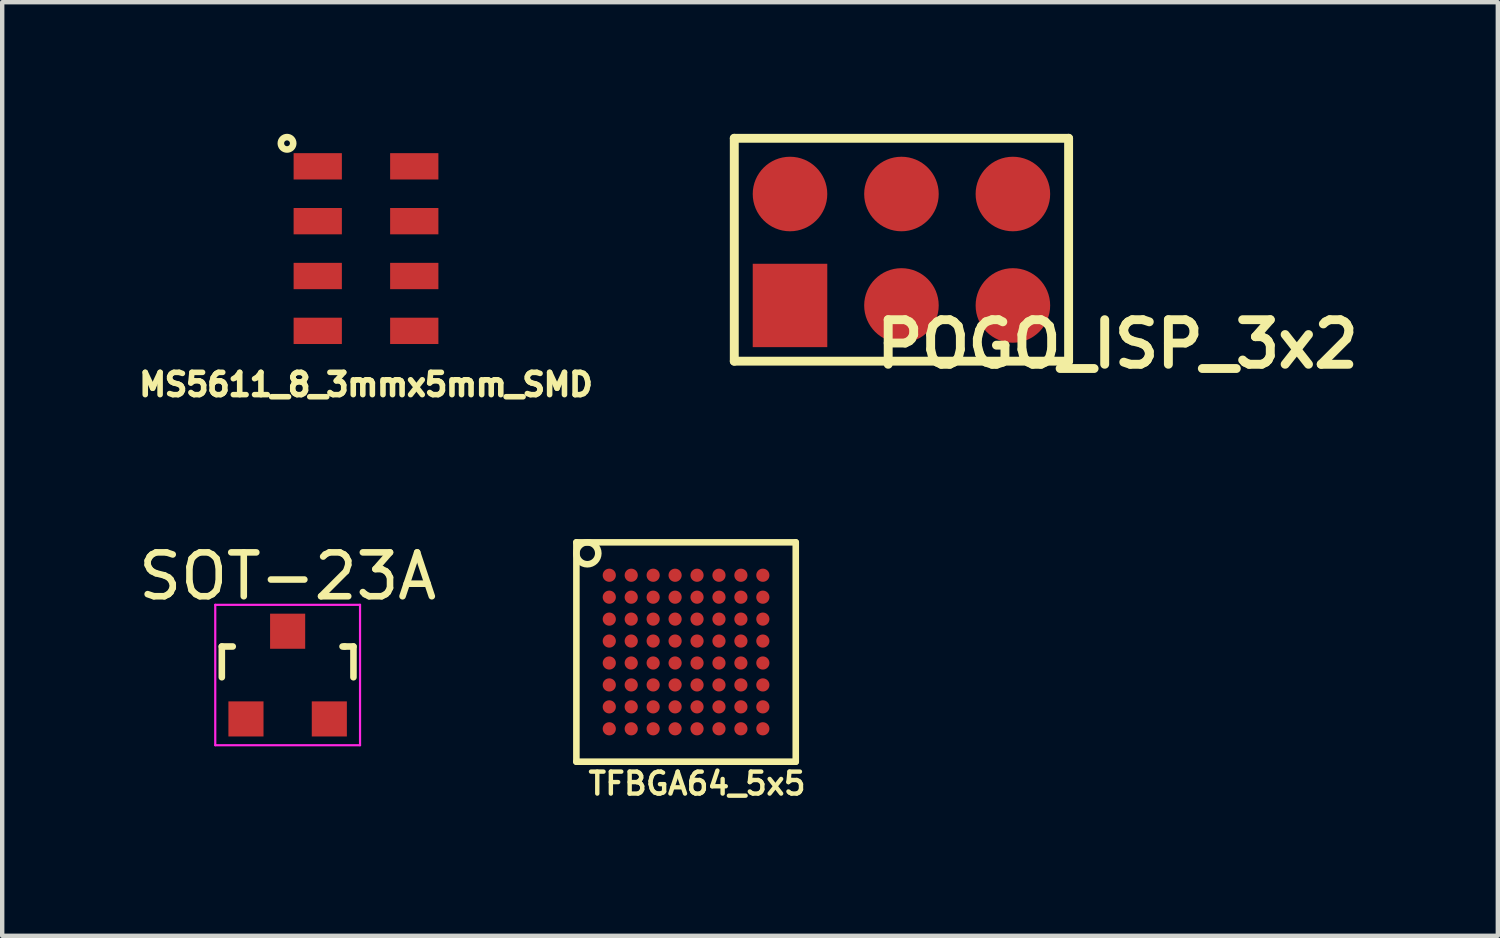
<source format=kicad_pcb>
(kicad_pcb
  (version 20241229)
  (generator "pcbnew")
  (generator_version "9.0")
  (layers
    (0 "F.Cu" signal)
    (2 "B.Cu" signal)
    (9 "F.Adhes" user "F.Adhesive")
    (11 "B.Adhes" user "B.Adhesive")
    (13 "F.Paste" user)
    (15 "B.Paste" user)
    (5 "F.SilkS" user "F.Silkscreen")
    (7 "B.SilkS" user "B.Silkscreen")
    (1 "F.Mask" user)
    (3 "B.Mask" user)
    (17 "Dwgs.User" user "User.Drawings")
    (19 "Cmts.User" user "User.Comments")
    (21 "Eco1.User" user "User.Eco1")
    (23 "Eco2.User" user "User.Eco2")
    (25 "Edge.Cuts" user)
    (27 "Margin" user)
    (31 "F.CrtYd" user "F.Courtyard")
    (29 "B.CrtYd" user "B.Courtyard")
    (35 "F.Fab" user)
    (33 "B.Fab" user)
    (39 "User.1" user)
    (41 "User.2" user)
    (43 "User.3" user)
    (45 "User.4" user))
  (footprint "MS5611_8_3mmx5mm_SMD"
    (layer "F.Cu")
    (at 5.292 2.616)
    (property "Reference" "MS5611_8_3mmx5mm_SMD" (at 0 3.1 0) (layer "F.SilkS") (effects (font (size 0.508 0.508) (thickness 0.127))))
    (attr through_hole)
    (fp_circle (center -1.8 -2.4) (end -1.7 -2.3) (stroke (width 0.15) (type solid)) (fill no) (layer "F.SilkS"))
    (pad "1" smd rect (at -1.1 -1.875) (size 1.1 0.6) (layers "F.Cu" "F.Mask" "F.Paste"))
    (pad "2" smd rect (at -1.1 -0.625) (size 1.1 0.6) (layers "F.Cu" "F.Mask" "F.Paste"))
    (pad "3" smd rect (at -1.1 0.625) (size 1.1 0.6) (layers "F.Cu" "F.Mask" "F.Paste"))
    (pad "4" smd rect (at -1.1 1.875) (size 1.1 0.6) (layers "F.Cu" "F.Mask" "F.Paste"))
    (pad "5" smd rect (at 1.1 1.875) (size 1.1 0.6) (layers "F.Cu" "F.Mask" "F.Paste"))
    (pad "6" smd rect (at 1.1 0.625) (size 1.1 0.6) (layers "F.Cu" "F.Mask" "F.Paste"))
    (pad "7" smd rect (at 1.1 -0.625) (size 1.1 0.6) (layers "F.Cu" "F.Mask" "F.Paste"))
    (pad "8" smd rect (at 1.1 -1.875) (size 1.1 0.6) (layers "F.Cu" "F.Mask" "F.Paste")))
  (footprint "SOT-23A"
    (layer "F.Cu")
    (at 3.506 12.335)
    (property "Reference" "SOT-23A" (at 0 -2.25 0) (layer "F.SilkS") (effects (font (size 1 1) (thickness 0.15))))
    (attr smd)
    (fp_line (start -1.5 -0.65) (end -1.251 -0.65) (stroke (width 0.15) (type solid)) (layer "F.SilkS"))
    (fp_line (start -1.5 0.051) (end -1.5 -0.65) (stroke (width 0.15) (type solid)) (layer "F.SilkS"))
    (fp_line (start 1.299 -0.65) (end 1.251 -0.65) (stroke (width 0.15) (type solid)) (layer "F.SilkS"))
    (fp_line (start 1.299 -0.65) (end 1.5 -0.65) (stroke (width 0.15) (type solid)) (layer "F.SilkS"))
    (fp_line (start 1.5 -0.65) (end 1.5 0.051) (stroke (width 0.15) (type solid)) (layer "F.SilkS"))
    (fp_line (start -1.65 -1.6) (end 1.65 -1.6) (stroke (width 0.05) (type solid)) (layer "F.CrtYd"))
    (fp_line (start -1.65 1.6) (end -1.65 -1.6) (stroke (width 0.05) (type solid)) (layer "F.CrtYd"))
    (fp_line (start 1.65 -1.6) (end 1.65 1.6) (stroke (width 0.05) (type solid)) (layer "F.CrtYd"))
    (fp_line (start 1.65 1.6) (end -1.65 1.6) (stroke (width 0.05) (type solid)) (layer "F.CrtYd"))
    (pad "1" smd rect (at -0.95 1.001) (size 0.8 0.8) (layers "F.Cu" "F.Mask" "F.Paste"))
    (pad "2" smd rect (at 0.95 1.001) (size 0.8 0.8) (layers "F.Cu" "F.Mask" "F.Paste"))
    (pad "3" smd rect (at 0 -0.998) (size 0.8 0.8) (layers "F.Cu" "F.Mask" "F.Paste")))
  (footprint "POGO_ISP_3x2"
    (layer "F.Cu")
    (at 17.496 2.642)
    (property "Reference" "POGO_ISP_3x2" (at 4.923 2.151 0) (layer "F.SilkS") (effects (font (size 1.016 1.016) (thickness 0.203))))
    (attr through_hole)
    (fp_line (start -3.81 -2.54) (end 3.81 -2.54) (stroke (width 0.203) (type solid)) (layer "F.SilkS"))
    (fp_line (start -3.81 2.54) (end -3.81 -2.54) (stroke (width 0.203) (type solid)) (layer "F.SilkS"))
    (fp_line (start 3.81 -2.54) (end 3.81 2.54) (stroke (width 0.203) (type solid)) (layer "F.SilkS"))
    (fp_line (start 3.81 2.54) (end -3.81 2.54) (stroke (width 0.203) (type solid)) (layer "F.SilkS"))
    (pad "1" smd rect (at -2.54 1.27) (size 1.699 1.9) (layers "F.Cu" "F.Mask"))
    (pad "2" smd circle (at -2.54 -1.27) (size 1.699 1.699) (layers "F.Cu" "F.Mask"))
    (pad "3" smd circle (at 0 1.27) (size 1.699 1.699) (layers "F.Cu" "F.Mask"))
    (pad "4" smd circle (at 0 -1.27) (size 1.699 1.699) (layers "F.Cu" "F.Mask"))
    (pad "5" smd circle (at 2.54 1.27) (size 1.699 1.699) (layers "F.Cu" "F.Mask"))
    (pad "6" smd circle (at 2.54 -1.27) (size 1.699 1.699) (layers "F.Cu" "F.Mask")))
  (footprint "TFBGA64_5x5"
    (layer "F.Cu")
    (at 12.587 11.811)
    (property "Reference" "TFBGA64_5x5" (at 0.25 3 0) (layer "F.SilkS") (effects (font (size 0.5 0.5) (thickness 0.1))))
    (attr through_hole)
    (fp_line (start -2.5 -2.5) (end 2.5 -2.5) (stroke (width 0.15) (type solid)) (layer "F.SilkS"))
    (fp_line (start -2.5 2.5) (end -2.5 -2.5) (stroke (width 0.15) (type solid)) (layer "F.SilkS"))
    (fp_line (start 2.5 -2.5) (end 2.5 2.5) (stroke (width 0.15) (type solid)) (layer "F.SilkS"))
    (fp_line (start 2.5 2.5) (end -2.5 2.5) (stroke (width 0.15) (type solid)) (layer "F.SilkS"))
    (fp_circle (center -2.25 -2.25) (end -2 -2.25) (stroke (width 0.15) (type solid)) (fill no) (layer "F.SilkS"))
    (pad "A1" smd circle (at -1.75 -1.75) (size 0.3 0.3) (layers "F.Cu" "F.Mask" "F.Paste"))
    (pad "A2" smd circle (at -1.25 -1.75) (size 0.3 0.3) (layers "F.Cu" "F.Mask" "F.Paste"))
    (pad "A3" smd circle (at -0.75 -1.75) (size 0.3 0.3) (layers "F.Cu" "F.Mask" "F.Paste"))
    (pad "A4" smd circle (at -0.25 -1.75) (size 0.3 0.3) (layers "F.Cu" "F.Mask" "F.Paste"))
    (pad "A5" smd circle (at 0.25 -1.75) (size 0.3 0.3) (layers "F.Cu" "F.Mask" "F.Paste"))
    (pad "A6" smd circle (at 0.75 -1.75) (size 0.3 0.3) (layers "F.Cu" "F.Mask" "F.Paste"))
    (pad "A7" smd circle (at 1.25 -1.75) (size 0.3 0.3) (layers "F.Cu" "F.Mask" "F.Paste"))
    (pad "A8" smd circle (at 1.75 -1.75) (size 0.3 0.3) (layers "F.Cu" "F.Mask" "F.Paste"))
    (pad "B1" smd circle (at -1.75 -1.25) (size 0.3 0.3) (layers "F.Cu" "F.Mask" "F.Paste"))
    (pad "B2" smd circle (at -1.25 -1.25) (size 0.3 0.3) (layers "F.Cu" "F.Mask" "F.Paste"))
    (pad "B3" smd circle (at -0.75 -1.25) (size 0.3 0.3) (layers "F.Cu" "F.Mask" "F.Paste"))
    (pad "B4" smd circle (at -0.25 -1.25) (size 0.3 0.3) (layers "F.Cu" "F.Mask" "F.Paste"))
    (pad "B5" smd circle (at 0.25 -1.25) (size 0.3 0.3) (layers "F.Cu" "F.Mask" "F.Paste"))
    (pad "B6" smd circle (at 0.75 -1.25) (size 0.3 0.3) (layers "F.Cu" "F.Mask" "F.Paste"))
    (pad "B7" smd circle (at 1.25 -1.25) (size 0.3 0.3) (layers "F.Cu" "F.Mask" "F.Paste"))
    (pad "B8" smd circle (at 1.75 -1.25) (size 0.3 0.3) (layers "F.Cu" "F.Mask" "F.Paste"))
    (pad "C1" smd circle (at -1.75 -0.75) (size 0.3 0.3) (layers "F.Cu" "F.Mask" "F.Paste"))
    (pad "C2" smd circle (at -1.25 -0.75) (size 0.3 0.3) (layers "F.Cu" "F.Mask" "F.Paste"))
    (pad "C3" smd circle (at -0.75 -0.75) (size 0.3 0.3) (layers "F.Cu" "F.Mask" "F.Paste"))
    (pad "C4" smd circle (at -0.25 -0.75) (size 0.3 0.3) (layers "F.Cu" "F.Mask" "F.Paste"))
    (pad "C5" smd circle (at 0.25 -0.75) (size 0.3 0.3) (layers "F.Cu" "F.Mask" "F.Paste"))
    (pad "C6" smd circle (at 0.75 -0.75) (size 0.3 0.3) (layers "F.Cu" "F.Mask" "F.Paste"))
    (pad "C7" smd circle (at 1.25 -0.75) (size 0.3 0.3) (layers "F.Cu" "F.Mask" "F.Paste"))
    (pad "C8" smd circle (at 1.75 -0.75) (size 0.3 0.3) (layers "F.Cu" "F.Mask" "F.Paste"))
    (pad "D1" smd circle (at -1.75 -0.25) (size 0.3 0.3) (layers "F.Cu" "F.Mask" "F.Paste"))
    (pad "D2" smd circle (at -1.25 -0.25) (size 0.3 0.3) (layers "F.Cu" "F.Mask" "F.Paste"))
    (pad "D3" smd circle (at -0.75 -0.25) (size 0.3 0.3) (layers "F.Cu" "F.Mask" "F.Paste"))
    (pad "D4" smd circle (at -0.25 -0.25) (size 0.3 0.3) (layers "F.Cu" "F.Mask" "F.Paste"))
    (pad "D5" smd circle (at 0.25 -0.25) (size 0.3 0.3) (layers "F.Cu" "F.Mask" "F.Paste"))
    (pad "D6" smd circle (at 0.75 -0.25) (size 0.3 0.3) (layers "F.Cu" "F.Mask" "F.Paste"))
    (pad "D7" smd circle (at 1.25 -0.25) (size 0.3 0.3) (layers "F.Cu" "F.Mask" "F.Paste"))
    (pad "D8" smd circle (at 1.75 -0.25) (size 0.3 0.3) (layers "F.Cu" "F.Mask" "F.Paste"))
    (pad "E1" smd circle (at -1.75 0.25) (size 0.3 0.3) (layers "F.Cu" "F.Mask" "F.Paste"))
    (pad "E2" smd circle (at -1.25 0.25) (size 0.3 0.3) (layers "F.Cu" "F.Mask" "F.Paste"))
    (pad "E3" smd circle (at -0.75 0.25) (size 0.3 0.3) (layers "F.Cu" "F.Mask" "F.Paste"))
    (pad "E4" smd circle (at -0.25 0.25) (size 0.3 0.3) (layers "F.Cu" "F.Mask" "F.Paste"))
    (pad "E5" smd circle (at 0.25 0.25) (size 0.3 0.3) (layers "F.Cu" "F.Mask" "F.Paste"))
    (pad "E6" smd circle (at 0.75 0.25) (size 0.3 0.3) (layers "F.Cu" "F.Mask" "F.Paste"))
    (pad "E7" smd circle (at 1.25 0.25) (size 0.3 0.3) (layers "F.Cu" "F.Mask" "F.Paste"))
    (pad "E8" smd circle (at 1.75 0.25) (size 0.3 0.3) (layers "F.Cu" "F.Mask" "F.Paste"))
    (pad "F1" smd circle (at -1.75 0.75) (size 0.3 0.3) (layers "F.Cu" "F.Mask" "F.Paste"))
    (pad "F2" smd circle (at -1.25 0.75) (size 0.3 0.3) (layers "F.Cu" "F.Mask" "F.Paste"))
    (pad "F3" smd circle (at -0.75 0.75) (size 0.3 0.3) (layers "F.Cu" "F.Mask" "F.Paste"))
    (pad "F4" smd circle (at -0.25 0.75) (size 0.3 0.3) (layers "F.Cu" "F.Mask" "F.Paste"))
    (pad "F5" smd circle (at 0.25 0.75) (size 0.3 0.3) (layers "F.Cu" "F.Mask" "F.Paste"))
    (pad "F6" smd circle (at 0.75 0.75) (size 0.3 0.3) (layers "F.Cu" "F.Mask" "F.Paste"))
    (pad "F7" smd circle (at 1.25 0.75) (size 0.3 0.3) (layers "F.Cu" "F.Mask" "F.Paste"))
    (pad "F8" smd circle (at 1.75 0.75) (size 0.3 0.3) (layers "F.Cu" "F.Mask" "F.Paste"))
    (pad "G1" smd circle (at -1.75 1.25) (size 0.3 0.3) (layers "F.Cu" "F.Mask" "F.Paste"))
    (pad "G2" smd circle (at -1.25 1.25) (size 0.3 0.3) (layers "F.Cu" "F.Mask" "F.Paste"))
    (pad "G3" smd circle (at -0.75 1.25) (size 0.3 0.3) (layers "F.Cu" "F.Mask" "F.Paste"))
    (pad "G4" smd circle (at -0.25 1.25) (size 0.3 0.3) (layers "F.Cu" "F.Mask" "F.Paste"))
    (pad "G5" smd circle (at 0.25 1.25) (size 0.3 0.3) (layers "F.Cu" "F.Mask" "F.Paste"))
    (pad "G6" smd circle (at 0.75 1.25) (size 0.3 0.3) (layers "F.Cu" "F.Mask" "F.Paste"))
    (pad "G7" smd circle (at 1.25 1.25) (size 0.3 0.3) (layers "F.Cu" "F.Mask" "F.Paste"))
    (pad "G8" smd circle (at 1.75 1.25) (size 0.3 0.3) (layers "F.Cu" "F.Mask" "F.Paste"))
    (pad "H1" smd circle (at -1.75 1.75) (size 0.3 0.3) (layers "F.Cu" "F.Mask" "F.Paste"))
    (pad "H2" smd circle (at -1.25 1.75) (size 0.3 0.3) (layers "F.Cu" "F.Mask" "F.Paste"))
    (pad "H3" smd circle (at -0.75 1.75) (size 0.3 0.3) (layers "F.Cu" "F.Mask" "F.Paste"))
    (pad "H4" smd circle (at -0.25 1.75) (size 0.3 0.3) (layers "F.Cu" "F.Mask" "F.Paste"))
    (pad "H5" smd circle (at 0.25 1.75) (size 0.3 0.3) (layers "F.Cu" "F.Mask" "F.Paste"))
    (pad "H6" smd circle (at 0.75 1.75) (size 0.3 0.3) (layers "F.Cu" "F.Mask" "F.Paste"))
    (pad "H7" smd circle (at 1.25 1.75) (size 0.3 0.3) (layers "F.Cu" "F.Mask" "F.Paste"))
    (pad "H8" smd circle (at 1.75 1.75) (size 0.3 0.3) (layers "F.Cu" "F.Mask" "F.Paste")))
  (gr_rect
    (start -3 -3)
    (end 31.089 18.279)
    (stroke (width 0.1) (type default))
    (fill no)
    (layer "Edge.Cuts")))
</source>
